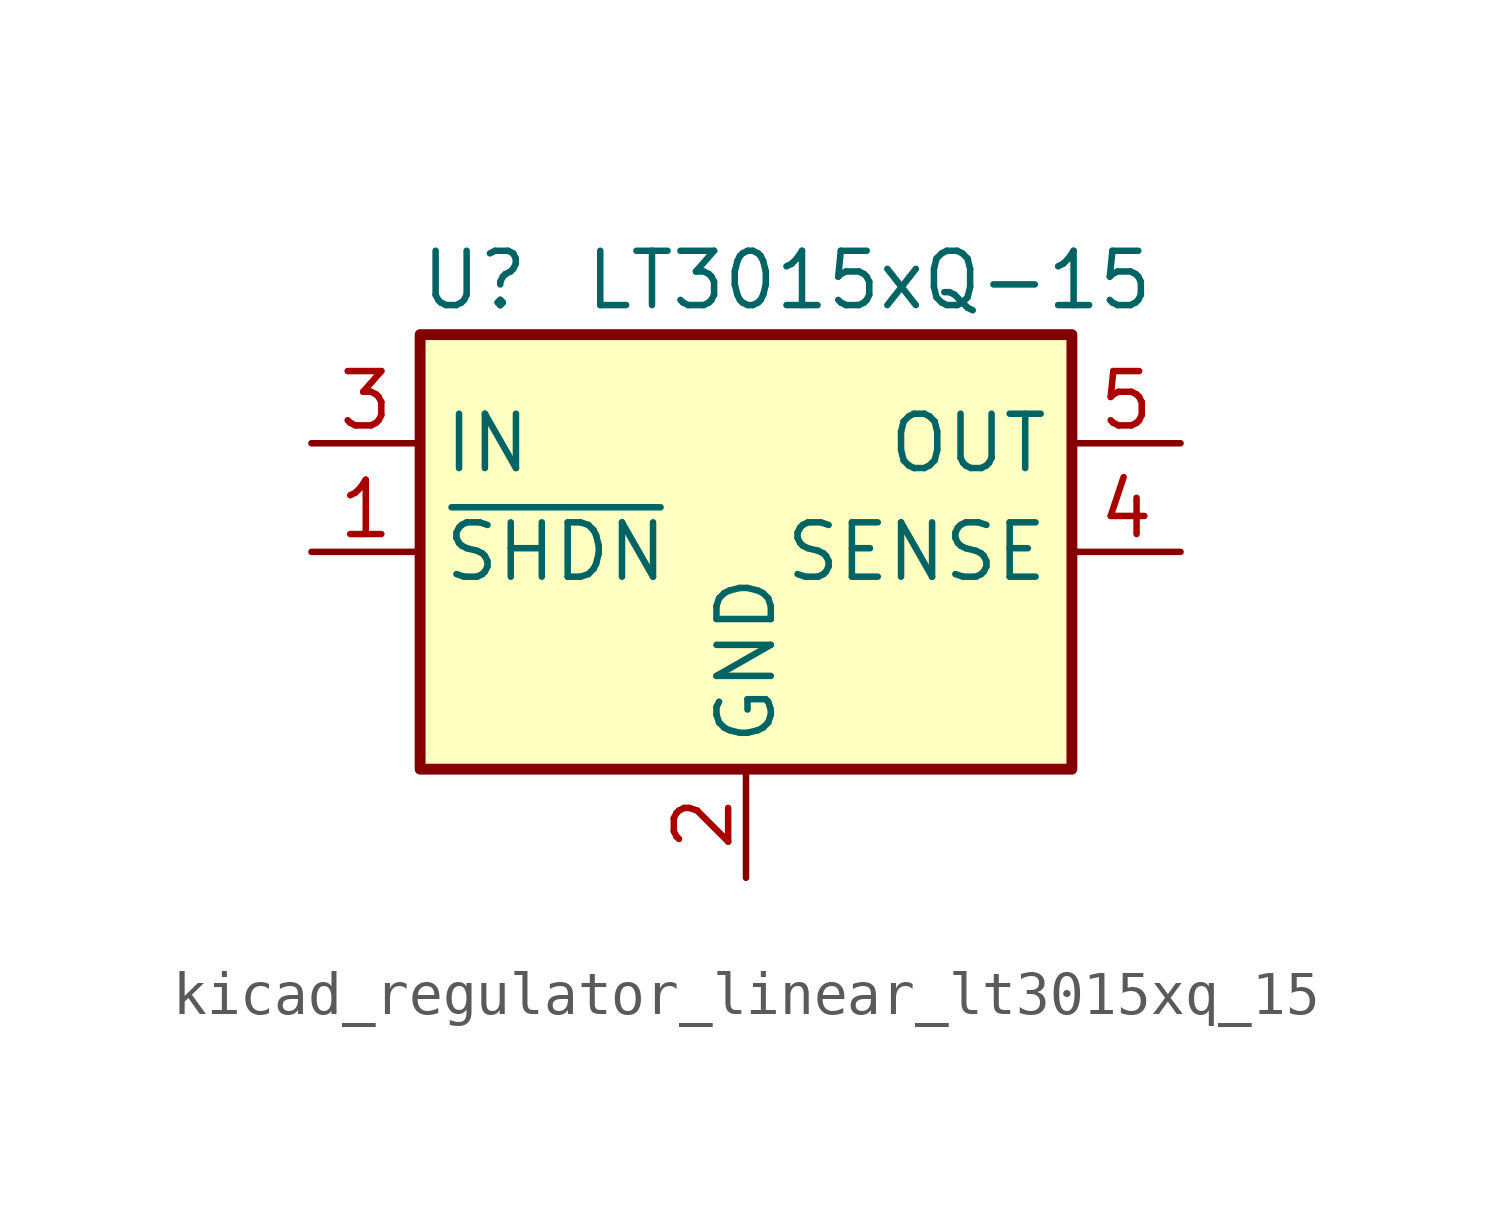
<source format=kicad_sym>
(kicad_symbol_lib
  (version 20220914)
  (generator kicad_symbol_editor)
  (symbol "kicad_regulator_linear_lt3015xq_15"
    (property "Reference" "U"
      (at -6.35 6.35 0)
      (effects (font (size 1.27 1.27))))
    (property "Value" "LT3015xQ-15"
      (at -3.81 6.35 0)
      (effects (font (size 1.27 1.27)) (justify left)))
    (symbol "kicad_regulator_linear_lt3015xq_15_0_1"
      (rectangle (start -7.62 5.08) (end 7.62 -5.08) (stroke (width 0.254) (type default)) (fill (type background))))
    (symbol "kicad_regulator_linear_lt3015xq_15_1_1"
      (pin input line (at -10.16 0 0) (length 2.54) (name "~{SHDN}" (effects (font (size 1.27 1.27)))) (number "1" (effects (font (size 1.27 1.27)))))
      (pin power_in line (at 0 -7.62 90) (length 2.54) (name "GND" (effects (font (size 1.27 1.27)))) (number "2" (effects (font (size 1.27 1.27)))))
      (pin power_in line (at -10.16 2.54 0) (length 2.54) (name "IN" (effects (font (size 1.27 1.27)))) (number "3" (effects (font (size 1.27 1.27)))))
      (pin input line (at 10.16 0 180) (length 2.54) (name "SENSE" (effects (font (size 1.27 1.27)))) (number "4" (effects (font (size 1.27 1.27)))))
      (pin power_out line (at 10.16 2.54 180) (length 2.54) (name "OUT" (effects (font (size 1.27 1.27)))) (number "5" (effects (font (size 1.27 1.27))))))))
</source>
